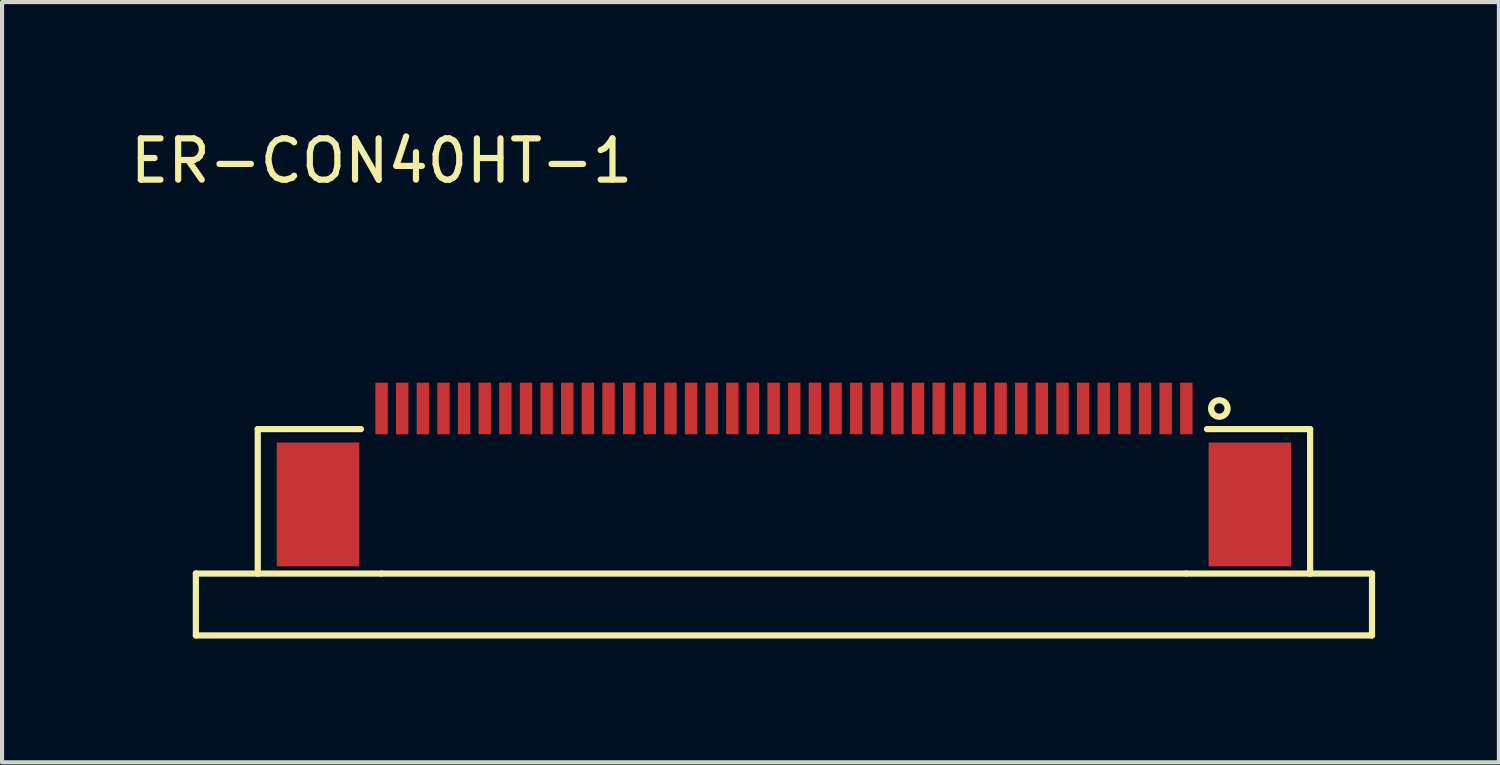
<source format=kicad_pcb>
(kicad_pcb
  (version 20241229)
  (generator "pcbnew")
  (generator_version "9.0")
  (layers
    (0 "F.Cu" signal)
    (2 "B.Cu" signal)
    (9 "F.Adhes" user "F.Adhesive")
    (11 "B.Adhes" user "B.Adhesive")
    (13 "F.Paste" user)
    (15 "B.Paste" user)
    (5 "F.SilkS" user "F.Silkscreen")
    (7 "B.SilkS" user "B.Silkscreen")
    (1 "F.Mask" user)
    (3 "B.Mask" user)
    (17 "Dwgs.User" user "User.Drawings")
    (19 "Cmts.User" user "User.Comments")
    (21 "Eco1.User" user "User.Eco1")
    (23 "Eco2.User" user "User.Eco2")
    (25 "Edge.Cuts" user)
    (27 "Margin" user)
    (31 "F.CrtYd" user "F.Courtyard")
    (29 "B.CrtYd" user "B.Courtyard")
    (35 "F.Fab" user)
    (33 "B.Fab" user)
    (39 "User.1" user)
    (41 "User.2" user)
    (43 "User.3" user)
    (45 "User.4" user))
  (footprint "ER-CON40HT-1"
    (layer "F.Cu")
    (at 6.196 6.848)
    (property "Reference" "ER-CON40HT-1" (at 0 -6 0) (layer "F.SilkS") (effects (font (size 1 1) (thickness 0.15))))
    (attr through_hole)
    (fp_line (start -4.5 4) (end -4.5 5.5) (stroke (width 0.15) (type solid)) (layer "F.SilkS"))
    (fp_line (start -4.5 5.5) (end 24 5.5) (stroke (width 0.15) (type solid)) (layer "F.SilkS"))
    (fp_line (start -3 0.5) (end -3 4) (stroke (width 0.15) (type solid)) (layer "F.SilkS"))
    (fp_line (start -3 4) (end -4.5 4) (stroke (width 0.15) (type solid)) (layer "F.SilkS"))
    (fp_line (start -3 4) (end 0 4) (stroke (width 0.15) (type solid)) (layer "F.SilkS"))
    (fp_line (start -0.5 0.5) (end -3 0.5) (stroke (width 0.15) (type solid)) (layer "F.SilkS"))
    (fp_line (start 0 4) (end 19.5 4) (stroke (width 0.15) (type solid)) (layer "F.SilkS"))
    (fp_line (start 19.5 4) (end 22.5 4) (stroke (width 0.15) (type solid)) (layer "F.SilkS"))
    (fp_line (start 22.5 0.5) (end 20 0.5) (stroke (width 0.15) (type solid)) (layer "F.SilkS"))
    (fp_line (start 22.5 4) (end 22.5 0.5) (stroke (width 0.15) (type solid)) (layer "F.SilkS"))
    (fp_line (start 24 4) (end 22.5 4) (stroke (width 0.15) (type solid)) (layer "F.SilkS"))
    (fp_line (start 24 5.5) (end 24 4) (stroke (width 0.15) (type solid)) (layer "F.SilkS"))
    (fp_circle (center 20.3 0) (end 20.1 0) (stroke (width 0.15) (type solid)) (fill no) (layer "F.SilkS"))
    (pad "1" smd rect (at 19.5 0 180) (size 0.3 1.25) (layers "F.Cu" "F.Mask" "F.Paste"))
    (pad "2" smd rect (at 19 0 180) (size 0.3 1.25) (layers "F.Cu" "F.Mask" "F.Paste"))
    (pad "3" smd rect (at 18.5 0 180) (size 0.3 1.25) (layers "F.Cu" "F.Mask" "F.Paste"))
    (pad "4" smd rect (at 18 0 180) (size 0.3 1.25) (layers "F.Cu" "F.Mask" "F.Paste"))
    (pad "5" smd rect (at 17.5 0 180) (size 0.3 1.25) (layers "F.Cu" "F.Mask" "F.Paste"))
    (pad "6" smd rect (at 17 0 180) (size 0.3 1.25) (layers "F.Cu" "F.Mask" "F.Paste"))
    (pad "7" smd rect (at 16.5 0 180) (size 0.3 1.25) (layers "F.Cu" "F.Mask" "F.Paste"))
    (pad "8" smd rect (at 16 0 180) (size 0.3 1.25) (layers "F.Cu" "F.Mask" "F.Paste"))
    (pad "9" smd rect (at 15.5 0 180) (size 0.3 1.25) (layers "F.Cu" "F.Mask" "F.Paste"))
    (pad "10" smd rect (at 15 0 180) (size 0.3 1.25) (layers "F.Cu" "F.Mask" "F.Paste"))
    (pad "11" smd rect (at 14.5 0 180) (size 0.3 1.25) (layers "F.Cu" "F.Mask" "F.Paste"))
    (pad "12" smd rect (at 14 0 180) (size 0.3 1.25) (layers "F.Cu" "F.Mask" "F.Paste"))
    (pad "13" smd rect (at 13.5 0 180) (size 0.3 1.25) (layers "F.Cu" "F.Mask" "F.Paste"))
    (pad "14" smd rect (at 13 0 180) (size 0.3 1.25) (layers "F.Cu" "F.Mask" "F.Paste"))
    (pad "15" smd rect (at 12.5 0 180) (size 0.3 1.25) (layers "F.Cu" "F.Mask" "F.Paste"))
    (pad "16" smd rect (at 12 0 180) (size 0.3 1.25) (layers "F.Cu" "F.Mask" "F.Paste"))
    (pad "17" smd rect (at 11.5 0 180) (size 0.3 1.25) (layers "F.Cu" "F.Mask" "F.Paste"))
    (pad "18" smd rect (at 11 0 180) (size 0.3 1.25) (layers "F.Cu" "F.Mask" "F.Paste"))
    (pad "19" smd rect (at 10.5 0 180) (size 0.3 1.25) (layers "F.Cu" "F.Mask" "F.Paste"))
    (pad "20" smd rect (at 10 0 180) (size 0.3 1.25) (layers "F.Cu" "F.Mask" "F.Paste"))
    (pad "21" smd rect (at 9.5 0 180) (size 0.3 1.25) (layers "F.Cu" "F.Mask" "F.Paste"))
    (pad "22" smd rect (at 9 0 180) (size 0.3 1.25) (layers "F.Cu" "F.Mask" "F.Paste"))
    (pad "23" smd rect (at 8.5 0 180) (size 0.3 1.25) (layers "F.Cu" "F.Mask" "F.Paste"))
    (pad "24" smd rect (at 8 0 180) (size 0.3 1.25) (layers "F.Cu" "F.Mask" "F.Paste"))
    (pad "25" smd rect (at 7.5 0 180) (size 0.3 1.25) (layers "F.Cu" "F.Mask" "F.Paste"))
    (pad "26" smd rect (at 7 0 180) (size 0.3 1.25) (layers "F.Cu" "F.Mask" "F.Paste"))
    (pad "27" smd rect (at 6.5 0 180) (size 0.3 1.25) (layers "F.Cu" "F.Mask" "F.Paste"))
    (pad "28" smd rect (at 6 0 180) (size 0.3 1.25) (layers "F.Cu" "F.Mask" "F.Paste"))
    (pad "29" smd rect (at 5.5 0 180) (size 0.3 1.25) (layers "F.Cu" "F.Mask" "F.Paste"))
    (pad "30" smd rect (at 5 0 180) (size 0.3 1.25) (layers "F.Cu" "F.Mask" "F.Paste"))
    (pad "31" smd rect (at 4.5 0 180) (size 0.3 1.25) (layers "F.Cu" "F.Mask" "F.Paste"))
    (pad "32" smd rect (at 4 0 180) (size 0.3 1.25) (layers "F.Cu" "F.Mask" "F.Paste"))
    (pad "33" smd rect (at 3.5 0 180) (size 0.3 1.25) (layers "F.Cu" "F.Mask" "F.Paste"))
    (pad "34" smd rect (at 3 0 180) (size 0.3 1.25) (layers "F.Cu" "F.Mask" "F.Paste"))
    (pad "35" smd rect (at 2.5 0 180) (size 0.3 1.25) (layers "F.Cu" "F.Mask" "F.Paste"))
    (pad "36" smd rect (at 2 0 180) (size 0.3 1.25) (layers "F.Cu" "F.Mask" "F.Paste"))
    (pad "37" smd rect (at 1.5 0 180) (size 0.3 1.25) (layers "F.Cu" "F.Mask" "F.Paste"))
    (pad "38" smd rect (at 1 0 180) (size 0.3 1.25) (layers "F.Cu" "F.Mask" "F.Paste"))
    (pad "39" smd rect (at 0.5 0 180) (size 0.3 1.25) (layers "F.Cu" "F.Mask" "F.Paste"))
    (pad "40" smd rect (at 0 0 180) (size 0.3 1.25) (layers "F.Cu" "F.Mask" "F.Paste"))
    (pad "GND" smd rect (at -1.54 2.325) (size 2 3) (layers "F.Cu" "F.Mask" "F.Paste"))
    (pad "GND" smd rect (at 21.04 2.325) (size 2 3) (layers "F.Cu" "F.Mask" "F.Paste")))
  (gr_rect
    (start -3 -3)
    (end 33.271 15.423)
    (stroke (width 0.1) (type default))
    (fill no)
    (layer "Edge.Cuts")))
</source>
